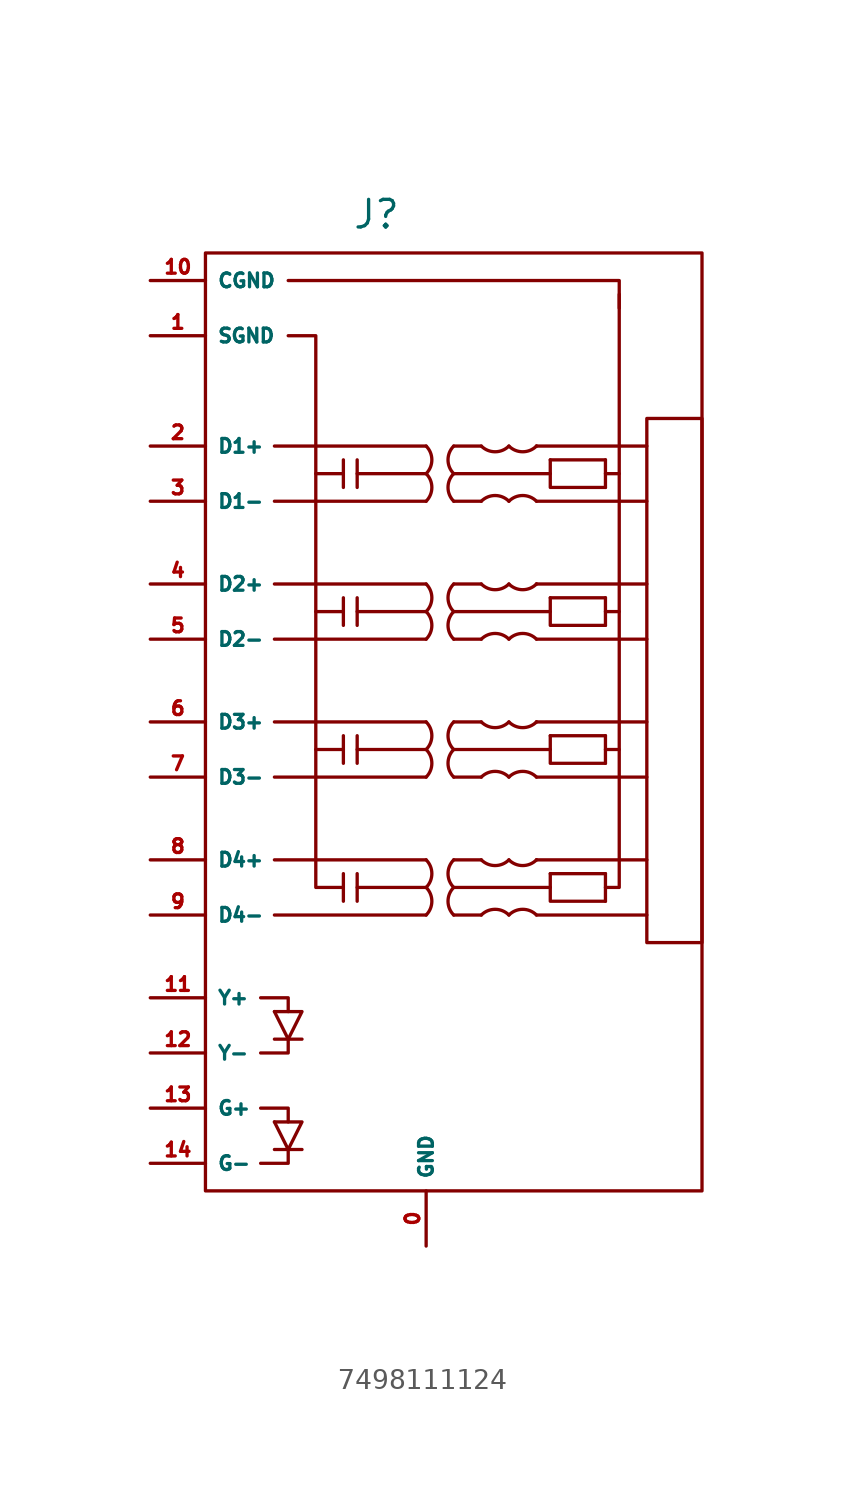
<source format=kicad_sym>
(kicad_symbol_lib
  (version 20231120)
  (generator "kicad_symbol_editor")
  (generator_version "8.0")
  (symbol "7498111124"
    (property "Reference" "J"
      (at -2.286 18.288 0)
      (effects (font (size 1.27 1.27))))
    (property "Value" ""
      (at 0 0 0)
      (effects (font (size 1.27 1.27))))
    (symbol "7498111124_0_1"
      (rectangle (start -10.16 16.51) (end 12.7 -26.67) (stroke (width 0) (type default)) (fill (type none)))
      (arc (start 0 -13.97) (mid 0.263 -13.335) (end 0 -12.7) (stroke (width 0) (type default)) (fill (type none)))
      (arc (start 0 -12.7) (mid 0.263 -12.065) (end 0 -11.43) (stroke (width 0) (type default)) (fill (type none)))
      (arc (start 0 -7.62) (mid 0.263 -6.985) (end 0 -6.35) (stroke (width 0) (type default)) (fill (type none)))
      (arc (start 0 -6.35) (mid 0.263 -5.715) (end 0 -5.08) (stroke (width 0) (type default)) (fill (type none)))
      (arc (start 0 -1.27) (mid 0.263 -0.635) (end 0 0) (stroke (width 0) (type default)) (fill (type none)))
      (polyline (pts (xy -6.985 -24.765) (xy -5.715 -24.765)) (stroke (width 0) (type default)) (fill (type none)))
      (polyline (pts (xy -6.985 -23.495) (xy -6.35 -24.765)) (stroke (width 0) (type default)) (fill (type none)))
      (polyline (pts (xy -6.985 -19.685) (xy -5.715 -19.685)) (stroke (width 0) (type default)) (fill (type none)))
      (polyline (pts (xy -6.985 -18.415) (xy -6.35 -19.685)) (stroke (width 0) (type default)) (fill (type none)))
      (polyline (pts (xy -3.81 -12.065) (xy -3.81 -13.335)) (stroke (width 0) (type default)) (fill (type none)))
      (polyline (pts (xy -3.81 -6.35) (xy -5.08 -6.35)) (stroke (width 0) (type default)) (fill (type none)))
      (polyline (pts (xy -3.81 -5.715) (xy -3.81 -6.985)) (stroke (width 0) (type default)) (fill (type none)))
      (polyline (pts (xy -3.81 0) (xy -5.08 0)) (stroke (width 0) (type default)) (fill (type none)))
      (polyline (pts (xy -3.81 0.635) (xy -3.81 -0.635)) (stroke (width 0) (type default)) (fill (type none)))
      (polyline (pts (xy -3.81 6.985) (xy -3.81 5.715)) (stroke (width 0) (type default)) (fill (type none)))
      (polyline (pts (xy -3.175 -12.7) (xy 0 -12.7)) (stroke (width 0) (type default)) (fill (type none)))
      (polyline (pts (xy -3.175 -12.065) (xy -3.175 -13.335)) (stroke (width 0) (type default)) (fill (type none)))
      (polyline (pts (xy -3.175 -6.35) (xy 0 -6.35)) (stroke (width 0) (type default)) (fill (type none)))
      (polyline (pts (xy -3.175 -5.715) (xy -3.175 -6.985)) (stroke (width 0) (type default)) (fill (type none)))
      (polyline (pts (xy -3.175 0) (xy 0 0)) (stroke (width 0) (type default)) (fill (type none)))
      (polyline (pts (xy -3.175 0.635) (xy -3.175 -0.635)) (stroke (width 0) (type default)) (fill (type none)))
      (polyline (pts (xy -3.175 6.35) (xy 0 6.35)) (stroke (width 0) (type default)) (fill (type none)))
      (polyline (pts (xy -3.175 6.985) (xy -3.175 5.715)) (stroke (width 0) (type default)) (fill (type none)))
      (polyline (pts (xy 0 -13.97) (xy -6.985 -13.97)) (stroke (width 0) (type default)) (fill (type none)))
      (polyline (pts (xy 0 -11.43) (xy -6.985 -11.43)) (stroke (width 0) (type default)) (fill (type none)))
      (polyline (pts (xy 0 -7.62) (xy -6.985 -7.62)) (stroke (width 0) (type default)) (fill (type none)))
      (polyline (pts (xy 0 -5.08) (xy -6.985 -5.08)) (stroke (width 0) (type default)) (fill (type none)))
      (polyline (pts (xy 0 -1.27) (xy -6.985 -1.27)) (stroke (width 0) (type default)) (fill (type none)))
      (polyline (pts (xy 0 1.27) (xy -6.985 1.27)) (stroke (width 0) (type default)) (fill (type none)))
      (polyline (pts (xy 0 5.08) (xy -6.985 5.08)) (stroke (width 0) (type default)) (fill (type none)))
      (polyline (pts (xy 0 7.62) (xy -6.985 7.62)) (stroke (width 0) (type default)) (fill (type none)))
      (polyline (pts (xy 1.27 -13.97) (xy 2.54 -13.97)) (stroke (width 0) (type default)) (fill (type none)))
      (polyline (pts (xy 1.27 -12.7) (xy 5.715 -12.7)) (stroke (width 0) (type default)) (fill (type none)))
      (polyline (pts (xy 1.27 -11.43) (xy 2.54 -11.43)) (stroke (width 0) (type default)) (fill (type none)))
      (polyline (pts (xy 1.27 -7.62) (xy 2.54 -7.62)) (stroke (width 0) (type default)) (fill (type none)))
      (polyline (pts (xy 1.27 -6.35) (xy 5.715 -6.35)) (stroke (width 0) (type default)) (fill (type none)))
      (polyline (pts (xy 1.27 -5.08) (xy 2.54 -5.08)) (stroke (width 0) (type default)) (fill (type none)))
      (polyline (pts (xy 1.27 -1.27) (xy 2.54 -1.27)) (stroke (width 0) (type default)) (fill (type none)))
      (polyline (pts (xy 1.27 0) (xy 5.715 0)) (stroke (width 0) (type default)) (fill (type none)))
      (polyline (pts (xy 1.27 1.27) (xy 2.54 1.27)) (stroke (width 0) (type default)) (fill (type none)))
      (polyline (pts (xy 1.27 5.08) (xy 2.54 5.08)) (stroke (width 0) (type default)) (fill (type none)))
      (polyline (pts (xy 1.27 6.35) (xy 5.715 6.35)) (stroke (width 0) (type default)) (fill (type none)))
      (polyline (pts (xy 1.27 7.62) (xy 2.54 7.62)) (stroke (width 0) (type default)) (fill (type none)))
      (polyline (pts (xy 5.08 -13.97) (xy 10.16 -13.97)) (stroke (width 0) (type default)) (fill (type none)))
      (polyline (pts (xy 5.08 -11.43) (xy 5.08 -11.43)) (stroke (width 0) (type default)) (fill (type none)))
      (polyline (pts (xy 5.08 -11.43) (xy 10.16 -11.43)) (stroke (width 0) (type default)) (fill (type none)))
      (polyline (pts (xy 5.08 -7.62) (xy 10.16 -7.62)) (stroke (width 0) (type default)) (fill (type none)))
      (polyline (pts (xy 5.08 -5.08) (xy 5.08 -5.08)) (stroke (width 0) (type default)) (fill (type none)))
      (polyline (pts (xy 5.08 -5.08) (xy 10.16 -5.08)) (stroke (width 0) (type default)) (fill (type none)))
      (polyline (pts (xy 5.08 -1.27) (xy 10.16 -1.27)) (stroke (width 0) (type default)) (fill (type none)))
      (polyline (pts (xy 5.08 1.27) (xy 5.08 1.27)) (stroke (width 0) (type default)) (fill (type none)))
      (polyline (pts (xy 5.08 1.27) (xy 10.16 1.27)) (stroke (width 0) (type default)) (fill (type none)))
      (polyline (pts (xy 5.08 5.08) (xy 10.16 5.08)) (stroke (width 0) (type default)) (fill (type none)))
      (polyline (pts (xy 5.08 7.62) (xy 5.08 7.62)) (stroke (width 0) (type default)) (fill (type none)))
      (polyline (pts (xy 5.08 7.62) (xy 10.16 7.62)) (stroke (width 0) (type default)) (fill (type none)))
      (polyline (pts (xy 5.715 -12.065) (xy 8.255 -12.065)) (stroke (width 0) (type default)) (fill (type none)))
      (polyline (pts (xy 5.715 -5.715) (xy 8.255 -5.715)) (stroke (width 0) (type default)) (fill (type none)))
      (polyline (pts (xy 5.715 0.635) (xy 8.255 0.635)) (stroke (width 0) (type default)) (fill (type none)))
      (polyline (pts (xy 5.715 6.985) (xy 8.255 6.985)) (stroke (width 0) (type default)) (fill (type none)))
      (polyline (pts (xy 8.255 -12.065) (xy 8.255 -13.335)) (stroke (width 0) (type default)) (fill (type none)))
      (polyline (pts (xy 8.255 -6.35) (xy 8.89 -6.35)) (stroke (width 0) (type default)) (fill (type none)))
      (polyline (pts (xy 8.255 -5.715) (xy 8.255 -6.985)) (stroke (width 0) (type default)) (fill (type none)))
      (polyline (pts (xy 8.255 0) (xy 8.89 0)) (stroke (width 0) (type default)) (fill (type none)))
      (polyline (pts (xy 8.255 0.635) (xy 8.255 -0.635)) (stroke (width 0) (type default)) (fill (type none)))
      (polyline (pts (xy 8.255 6.985) (xy 8.255 5.715)) (stroke (width 0) (type default)) (fill (type none)))
      (polyline (pts (xy -7.62 -25.4) (xy -6.35 -25.4) (xy -6.35 -24.765)) (stroke (width 0) (type default)) (fill (type none)))
      (polyline (pts (xy -7.62 -22.86) (xy -6.35 -22.86) (xy -6.35 -23.495)) (stroke (width 0) (type default)) (fill (type none)))
      (polyline (pts (xy -7.62 -20.32) (xy -6.35 -20.32) (xy -6.35 -19.685)) (stroke (width 0) (type default)) (fill (type none)))
      (polyline (pts (xy -7.62 -17.78) (xy -6.35 -17.78) (xy -6.35 -18.415)) (stroke (width 0) (type default)) (fill (type none)))
      (polyline (pts (xy -6.985 -23.495) (xy -5.715 -23.495) (xy -6.35 -24.765)) (stroke (width 0) (type default)) (fill (type none)))
      (polyline (pts (xy -6.985 -18.415) (xy -5.715 -18.415) (xy -6.35 -19.685)) (stroke (width 0) (type default)) (fill (type none)))
      (polyline (pts (xy -5.08 6.35) (xy -5.08 -12.7) (xy -3.81 -12.7)) (stroke (width 0) (type default)) (fill (type none)))
      (polyline (pts (xy 5.715 -12.065) (xy 5.715 -13.335) (xy 8.255 -13.335)) (stroke (width 0) (type default)) (fill (type none)))
      (polyline (pts (xy 5.715 -5.715) (xy 5.715 -6.985) (xy 8.255 -6.985)) (stroke (width 0) (type default)) (fill (type none)))
      (polyline (pts (xy 5.715 0.635) (xy 5.715 -0.635) (xy 8.255 -0.635)) (stroke (width 0) (type default)) (fill (type none)))
      (polyline (pts (xy 5.715 6.985) (xy 5.715 5.715) (xy 8.255 5.715)) (stroke (width 0) (type default)) (fill (type none)))
      (polyline (pts (xy 8.255 6.35) (xy 8.89 6.35) (xy 8.89 14.605)) (stroke (width 0) (type default)) (fill (type none)))
      (polyline (pts (xy 8.89 13.97) (xy 8.89 15.24) (xy -6.35 15.24)) (stroke (width 0) (type default)) (fill (type none)))
      (polyline (pts (xy -6.35 12.7) (xy -5.08 12.7) (xy -5.08 6.35) (xy -3.81 6.35)) (stroke (width 0) (type default)) (fill (type none)))
      (polyline (pts (xy 8.89 6.35) (xy 8.89 0) (xy 8.89 -12.7) (xy 8.255 -12.7)) (stroke (width 0) (type default)) (fill (type none)))
      (arc (start 0 0) (mid 0.263 0.635) (end 0 1.27) (stroke (width 0) (type default)) (fill (type none)))
      (arc (start 0 5.08) (mid 0.263 5.715) (end 0 6.35) (stroke (width 0) (type default)) (fill (type none)))
      (arc (start 0 6.35) (mid 0.263 6.985) (end 0 7.62) (stroke (width 0) (type default)) (fill (type none)))
      (arc (start 1.27 -12.7) (mid 1.007 -13.335) (end 1.27 -13.97) (stroke (width 0) (type default)) (fill (type none)))
      (arc (start 1.27 -11.43) (mid 1.007 -12.065) (end 1.27 -12.7) (stroke (width 0) (type default)) (fill (type none)))
      (arc (start 1.27 -6.35) (mid 1.007 -6.985) (end 1.27 -7.62) (stroke (width 0) (type default)) (fill (type none)))
      (arc (start 1.27 -5.08) (mid 1.007 -5.715) (end 1.27 -6.35) (stroke (width 0) (type default)) (fill (type none)))
      (arc (start 1.27 0) (mid 1.007 -0.635) (end 1.27 -1.27) (stroke (width 0) (type default)) (fill (type none)))
      (arc (start 1.27 1.27) (mid 1.007 0.635) (end 1.27 0) (stroke (width 0) (type default)) (fill (type none)))
      (arc (start 1.27 6.35) (mid 1.007 5.715) (end 1.27 5.08) (stroke (width 0) (type default)) (fill (type none)))
      (arc (start 1.27 7.62) (mid 1.007 6.985) (end 1.27 6.35) (stroke (width 0) (type default)) (fill (type none)))
      (arc (start 2.54 -11.43) (mid 3.175 -11.693) (end 3.81 -11.43) (stroke (width 0) (type default)) (fill (type none)))
      (arc (start 2.54 -5.08) (mid 3.175 -5.343) (end 3.81 -5.08) (stroke (width 0) (type default)) (fill (type none)))
      (arc (start 2.54 1.27) (mid 3.175 1.007) (end 3.81 1.27) (stroke (width 0) (type default)) (fill (type none)))
      (arc (start 2.54 7.62) (mid 3.175 7.357) (end 3.81 7.62) (stroke (width 0) (type default)) (fill (type none)))
      (arc (start 3.81 -13.97) (mid 3.175 -13.707) (end 2.54 -13.97) (stroke (width 0) (type default)) (fill (type none)))
      (arc (start 3.81 -11.43) (mid 4.445 -11.693) (end 5.08 -11.43) (stroke (width 0) (type default)) (fill (type none)))
      (arc (start 3.81 -7.62) (mid 3.175 -7.357) (end 2.54 -7.62) (stroke (width 0) (type default)) (fill (type none)))
      (arc (start 3.81 -5.08) (mid 4.445 -5.343) (end 5.08 -5.08) (stroke (width 0) (type default)) (fill (type none)))
      (arc (start 3.81 -1.27) (mid 3.175 -1.007) (end 2.54 -1.27) (stroke (width 0) (type default)) (fill (type none)))
      (arc (start 3.81 1.27) (mid 4.445 1.007) (end 5.08 1.27) (stroke (width 0) (type default)) (fill (type none)))
      (arc (start 3.81 5.08) (mid 3.175 5.343) (end 2.54 5.08) (stroke (width 0) (type default)) (fill (type none)))
      (arc (start 3.81 7.62) (mid 4.445 7.357) (end 5.08 7.62) (stroke (width 0) (type default)) (fill (type none)))
      (arc (start 5.08 -13.97) (mid 4.445 -13.707) (end 3.81 -13.97) (stroke (width 0) (type default)) (fill (type none)))
      (arc (start 5.08 -7.62) (mid 4.445 -7.357) (end 3.81 -7.62) (stroke (width 0) (type default)) (fill (type none)))
      (arc (start 5.08 -1.27) (mid 4.445 -1.007) (end 3.81 -1.27) (stroke (width 0) (type default)) (fill (type none)))
      (arc (start 5.08 5.08) (mid 4.445 5.343) (end 3.81 5.08) (stroke (width 0) (type default)) (fill (type none)))
      (rectangle (start 10.16 8.89) (end 12.7 -15.24) (stroke (width 0) (type default)) (fill (type none))))
    (symbol "7498111124_1_1"
      (pin passive line (at 0 -29.21 90) (length 2.54) (name "GND" (effects (font (size 0.635 0.635)))) (number "0" (effects (font (size 0.635 0.635)))))
      (pin passive line (at -12.7 12.7 0) (length 2.54) (name "SGND" (effects (font (size 0.635 0.635)))) (number "1" (effects (font (size 0.635 0.635)))))
      (pin passive line (at -12.7 15.24 0) (length 2.54) (name "CGND" (effects (font (size 0.635 0.635)))) (number "10" (effects (font (size 0.635 0.635)))))
      (pin passive line (at -12.7 -17.78 0) (length 2.54) (name "Y+" (effects (font (size 0.635 0.635)))) (number "11" (effects (font (size 0.635 0.635)))))
      (pin passive line (at -12.7 -20.32 0) (length 2.54) (name "Y-" (effects (font (size 0.635 0.635)))) (number "12" (effects (font (size 0.635 0.635)))))
      (pin passive line (at -12.7 -22.86 0) (length 2.54) (name "G+" (effects (font (size 0.635 0.635)))) (number "13" (effects (font (size 0.635 0.635)))))
      (pin passive line (at -12.7 -25.4 0) (length 2.54) (name "G-" (effects (font (size 0.635 0.635)))) (number "14" (effects (font (size 0.635 0.635)))))
      (pin passive line (at -12.7 7.62 0) (length 2.54) (name "D1+" (effects (font (size 0.635 0.635)))) (number "2" (effects (font (size 0.635 0.635)))))
      (pin passive line (at -12.7 5.08 0) (length 2.54) (name "D1-" (effects (font (size 0.635 0.635)))) (number "3" (effects (font (size 0.635 0.635)))))
      (pin passive line (at -12.7 1.27 0) (length 2.54) (name "D2+" (effects (font (size 0.635 0.635)))) (number "4" (effects (font (size 0.635 0.635)))))
      (pin passive line (at -12.7 -1.27 0) (length 2.54) (name "D2-" (effects (font (size 0.635 0.635)))) (number "5" (effects (font (size 0.635 0.635)))))
      (pin passive line (at -12.7 -5.08 0) (length 2.54) (name "D3+" (effects (font (size 0.635 0.635)))) (number "6" (effects (font (size 0.635 0.635)))))
      (pin passive line (at -12.7 -7.62 0) (length 2.54) (name "D3-" (effects (font (size 0.635 0.635)))) (number "7" (effects (font (size 0.635 0.635)))))
      (pin passive line (at -12.7 -11.43 0) (length 2.54) (name "D4+" (effects (font (size 0.635 0.635)))) (number "8" (effects (font (size 0.635 0.635)))))
      (pin passive line (at -12.7 -13.97 0) (length 2.54) (name "D4-" (effects (font (size 0.635 0.635)))) (number "9" (effects (font (size 0.635 0.635))))))))
</source>
